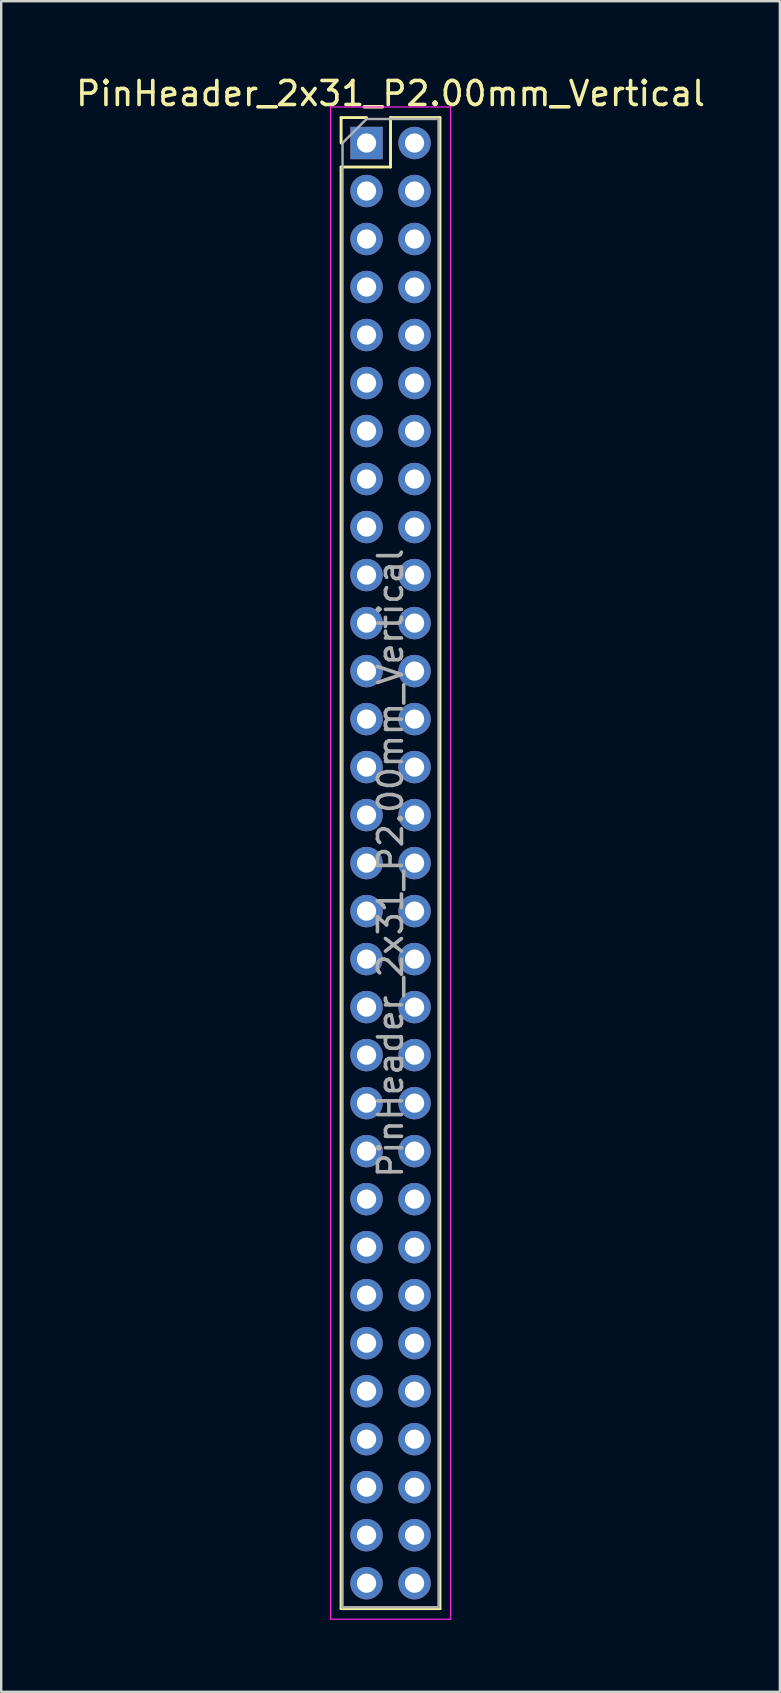
<source format=kicad_pcb>
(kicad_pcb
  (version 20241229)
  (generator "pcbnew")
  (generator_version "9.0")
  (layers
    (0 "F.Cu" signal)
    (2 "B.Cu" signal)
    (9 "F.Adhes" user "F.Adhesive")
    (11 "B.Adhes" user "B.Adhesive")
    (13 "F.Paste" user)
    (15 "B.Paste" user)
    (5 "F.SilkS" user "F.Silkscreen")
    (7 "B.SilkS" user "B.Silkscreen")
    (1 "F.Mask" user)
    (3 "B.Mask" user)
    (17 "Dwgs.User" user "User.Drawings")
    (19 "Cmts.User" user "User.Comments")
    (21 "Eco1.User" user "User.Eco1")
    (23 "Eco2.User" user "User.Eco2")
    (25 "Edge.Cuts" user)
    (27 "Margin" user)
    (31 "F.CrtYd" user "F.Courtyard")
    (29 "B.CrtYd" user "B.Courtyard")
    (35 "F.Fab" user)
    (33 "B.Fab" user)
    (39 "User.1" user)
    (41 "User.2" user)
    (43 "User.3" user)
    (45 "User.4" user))
  (footprint "PinHeader_2x31_P2.00mm_Vertical"
    (layer "F.Cu")
    (at 12.22 2.908)
    (property "Reference" "PinHeader_2x31_P2.00mm_Vertical" (at 1 -2.06 0) (layer "F.SilkS") (effects (font (size 1 1) (thickness 0.15))))
    (attr through_hole)
    (fp_line (start -1.06 -1.06) (end 0 -1.06) (stroke (width 0.12) (type solid)) (layer "F.SilkS"))
    (fp_line (start -1.06 0) (end -1.06 -1.06) (stroke (width 0.12) (type solid)) (layer "F.SilkS"))
    (fp_line (start -1.06 1) (end -1.06 61.06) (stroke (width 0.12) (type solid)) (layer "F.SilkS"))
    (fp_line (start -1.06 1) (end 1 1) (stroke (width 0.12) (type solid)) (layer "F.SilkS"))
    (fp_line (start -1.06 61.06) (end 3.06 61.06) (stroke (width 0.12) (type solid)) (layer "F.SilkS"))
    (fp_line (start 1 -1.06) (end 3.06 -1.06) (stroke (width 0.12) (type solid)) (layer "F.SilkS"))
    (fp_line (start 1 1) (end 1 -1.06) (stroke (width 0.12) (type solid)) (layer "F.SilkS"))
    (fp_line (start 3.06 -1.06) (end 3.06 61.06) (stroke (width 0.12) (type solid)) (layer "F.SilkS"))
    (fp_line (start -1.5 -1.5) (end -1.5 61.5) (stroke (width 0.05) (type solid)) (layer "F.CrtYd"))
    (fp_line (start -1.5 61.5) (end 3.5 61.5) (stroke (width 0.05) (type solid)) (layer "F.CrtYd"))
    (fp_line (start 3.5 -1.5) (end -1.5 -1.5) (stroke (width 0.05) (type solid)) (layer "F.CrtYd"))
    (fp_line (start 3.5 61.5) (end 3.5 -1.5) (stroke (width 0.05) (type solid)) (layer "F.CrtYd"))
    (fp_line (start -1 0) (end 0 -1) (stroke (width 0.1) (type solid)) (layer "F.Fab"))
    (fp_line (start -1 61) (end -1 0) (stroke (width 0.1) (type solid)) (layer "F.Fab"))
    (fp_line (start 0 -1) (end 3 -1) (stroke (width 0.1) (type solid)) (layer "F.Fab"))
    (fp_line (start 3 -1) (end 3 61) (stroke (width 0.1) (type solid)) (layer "F.Fab"))
    (fp_line (start 3 61) (end -1 61) (stroke (width 0.1) (type solid)) (layer "F.Fab"))
    (fp_text user "${REFERENCE}" (at 1 30 90) (layer "F.Fab") (effects (font (size 1 1) (thickness 0.15))))
    (pad "1" thru_hole rect (at 0 0) (size 1.35 1.35) (drill 0.8) (layers "*.Cu" "*.Mask"))
    (pad "2" thru_hole oval (at 2 0) (size 1.35 1.35) (drill 0.8) (layers "*.Cu" "*.Mask"))
    (pad "3" thru_hole oval (at 0 2) (size 1.35 1.35) (drill 0.8) (layers "*.Cu" "*.Mask"))
    (pad "4" thru_hole oval (at 2 2) (size 1.35 1.35) (drill 0.8) (layers "*.Cu" "*.Mask"))
    (pad "5" thru_hole oval (at 0 4) (size 1.35 1.35) (drill 0.8) (layers "*.Cu" "*.Mask"))
    (pad "6" thru_hole oval (at 2 4) (size 1.35 1.35) (drill 0.8) (layers "*.Cu" "*.Mask"))
    (pad "7" thru_hole oval (at 0 6) (size 1.35 1.35) (drill 0.8) (layers "*.Cu" "*.Mask"))
    (pad "8" thru_hole oval (at 2 6) (size 1.35 1.35) (drill 0.8) (layers "*.Cu" "*.Mask"))
    (pad "9" thru_hole oval (at 0 8) (size 1.35 1.35) (drill 0.8) (layers "*.Cu" "*.Mask"))
    (pad "10" thru_hole oval (at 2 8) (size 1.35 1.35) (drill 0.8) (layers "*.Cu" "*.Mask"))
    (pad "11" thru_hole oval (at 0 10) (size 1.35 1.35) (drill 0.8) (layers "*.Cu" "*.Mask"))
    (pad "12" thru_hole oval (at 2 10) (size 1.35 1.35) (drill 0.8) (layers "*.Cu" "*.Mask"))
    (pad "13" thru_hole oval (at 0 12) (size 1.35 1.35) (drill 0.8) (layers "*.Cu" "*.Mask"))
    (pad "14" thru_hole oval (at 2 12) (size 1.35 1.35) (drill 0.8) (layers "*.Cu" "*.Mask"))
    (pad "15" thru_hole oval (at 0 14) (size 1.35 1.35) (drill 0.8) (layers "*.Cu" "*.Mask"))
    (pad "16" thru_hole oval (at 2 14) (size 1.35 1.35) (drill 0.8) (layers "*.Cu" "*.Mask"))
    (pad "17" thru_hole oval (at 0 16) (size 1.35 1.35) (drill 0.8) (layers "*.Cu" "*.Mask"))
    (pad "18" thru_hole oval (at 2 16) (size 1.35 1.35) (drill 0.8) (layers "*.Cu" "*.Mask"))
    (pad "19" thru_hole oval (at 0 18) (size 1.35 1.35) (drill 0.8) (layers "*.Cu" "*.Mask"))
    (pad "20" thru_hole oval (at 2 18) (size 1.35 1.35) (drill 0.8) (layers "*.Cu" "*.Mask"))
    (pad "21" thru_hole oval (at 0 20) (size 1.35 1.35) (drill 0.8) (layers "*.Cu" "*.Mask"))
    (pad "22" thru_hole oval (at 2 20) (size 1.35 1.35) (drill 0.8) (layers "*.Cu" "*.Mask"))
    (pad "23" thru_hole oval (at 0 22) (size 1.35 1.35) (drill 0.8) (layers "*.Cu" "*.Mask"))
    (pad "24" thru_hole oval (at 2 22) (size 1.35 1.35) (drill 0.8) (layers "*.Cu" "*.Mask"))
    (pad "25" thru_hole oval (at 0 24) (size 1.35 1.35) (drill 0.8) (layers "*.Cu" "*.Mask"))
    (pad "26" thru_hole oval (at 2 24) (size 1.35 1.35) (drill 0.8) (layers "*.Cu" "*.Mask"))
    (pad "27" thru_hole oval (at 0 26) (size 1.35 1.35) (drill 0.8) (layers "*.Cu" "*.Mask"))
    (pad "28" thru_hole oval (at 2 26) (size 1.35 1.35) (drill 0.8) (layers "*.Cu" "*.Mask"))
    (pad "29" thru_hole oval (at 0 28) (size 1.35 1.35) (drill 0.8) (layers "*.Cu" "*.Mask"))
    (pad "30" thru_hole oval (at 2 28) (size 1.35 1.35) (drill 0.8) (layers "*.Cu" "*.Mask"))
    (pad "31" thru_hole oval (at 0 30) (size 1.35 1.35) (drill 0.8) (layers "*.Cu" "*.Mask"))
    (pad "32" thru_hole oval (at 2 30) (size 1.35 1.35) (drill 0.8) (layers "*.Cu" "*.Mask"))
    (pad "33" thru_hole oval (at 0 32) (size 1.35 1.35) (drill 0.8) (layers "*.Cu" "*.Mask"))
    (pad "34" thru_hole oval (at 2 32) (size 1.35 1.35) (drill 0.8) (layers "*.Cu" "*.Mask"))
    (pad "35" thru_hole oval (at 0 34) (size 1.35 1.35) (drill 0.8) (layers "*.Cu" "*.Mask"))
    (pad "36" thru_hole oval (at 2 34) (size 1.35 1.35) (drill 0.8) (layers "*.Cu" "*.Mask"))
    (pad "37" thru_hole oval (at 0 36) (size 1.35 1.35) (drill 0.8) (layers "*.Cu" "*.Mask"))
    (pad "38" thru_hole oval (at 2 36) (size 1.35 1.35) (drill 0.8) (layers "*.Cu" "*.Mask"))
    (pad "39" thru_hole oval (at 0 38) (size 1.35 1.35) (drill 0.8) (layers "*.Cu" "*.Mask"))
    (pad "40" thru_hole oval (at 2 38) (size 1.35 1.35) (drill 0.8) (layers "*.Cu" "*.Mask"))
    (pad "41" thru_hole oval (at 0 40) (size 1.35 1.35) (drill 0.8) (layers "*.Cu" "*.Mask"))
    (pad "42" thru_hole oval (at 2 40) (size 1.35 1.35) (drill 0.8) (layers "*.Cu" "*.Mask"))
    (pad "43" thru_hole oval (at 0 42) (size 1.35 1.35) (drill 0.8) (layers "*.Cu" "*.Mask"))
    (pad "44" thru_hole oval (at 2 42) (size 1.35 1.35) (drill 0.8) (layers "*.Cu" "*.Mask"))
    (pad "45" thru_hole oval (at 0 44) (size 1.35 1.35) (drill 0.8) (layers "*.Cu" "*.Mask"))
    (pad "46" thru_hole oval (at 2 44) (size 1.35 1.35) (drill 0.8) (layers "*.Cu" "*.Mask"))
    (pad "47" thru_hole oval (at 0 46) (size 1.35 1.35) (drill 0.8) (layers "*.Cu" "*.Mask"))
    (pad "48" thru_hole oval (at 2 46) (size 1.35 1.35) (drill 0.8) (layers "*.Cu" "*.Mask"))
    (pad "49" thru_hole oval (at 0 48) (size 1.35 1.35) (drill 0.8) (layers "*.Cu" "*.Mask"))
    (pad "50" thru_hole oval (at 2 48) (size 1.35 1.35) (drill 0.8) (layers "*.Cu" "*.Mask"))
    (pad "51" thru_hole oval (at 0 50) (size 1.35 1.35) (drill 0.8) (layers "*.Cu" "*.Mask"))
    (pad "52" thru_hole oval (at 2 50) (size 1.35 1.35) (drill 0.8) (layers "*.Cu" "*.Mask"))
    (pad "53" thru_hole oval (at 0 52) (size 1.35 1.35) (drill 0.8) (layers "*.Cu" "*.Mask"))
    (pad "54" thru_hole oval (at 2 52) (size 1.35 1.35) (drill 0.8) (layers "*.Cu" "*.Mask"))
    (pad "55" thru_hole oval (at 0 54) (size 1.35 1.35) (drill 0.8) (layers "*.Cu" "*.Mask"))
    (pad "56" thru_hole oval (at 2 54) (size 1.35 1.35) (drill 0.8) (layers "*.Cu" "*.Mask"))
    (pad "57" thru_hole oval (at 0 56) (size 1.35 1.35) (drill 0.8) (layers "*.Cu" "*.Mask"))
    (pad "58" thru_hole oval (at 2 56) (size 1.35 1.35) (drill 0.8) (layers "*.Cu" "*.Mask"))
    (pad "59" thru_hole oval (at 0 58) (size 1.35 1.35) (drill 0.8) (layers "*.Cu" "*.Mask"))
    (pad "60" thru_hole oval (at 2 58) (size 1.35 1.35) (drill 0.8) (layers "*.Cu" "*.Mask"))
    (pad "61" thru_hole oval (at 0 60) (size 1.35 1.35) (drill 0.8) (layers "*.Cu" "*.Mask"))
    (pad "62" thru_hole oval (at 2 60) (size 1.35 1.35) (drill 0.8) (layers "*.Cu" "*.Mask")))
  (gr_rect
    (start -3 -3)
    (end 29.44 67.433)
    (stroke (width 0.1) (type default))
    (fill no)
    (layer "Edge.Cuts")))
</source>
